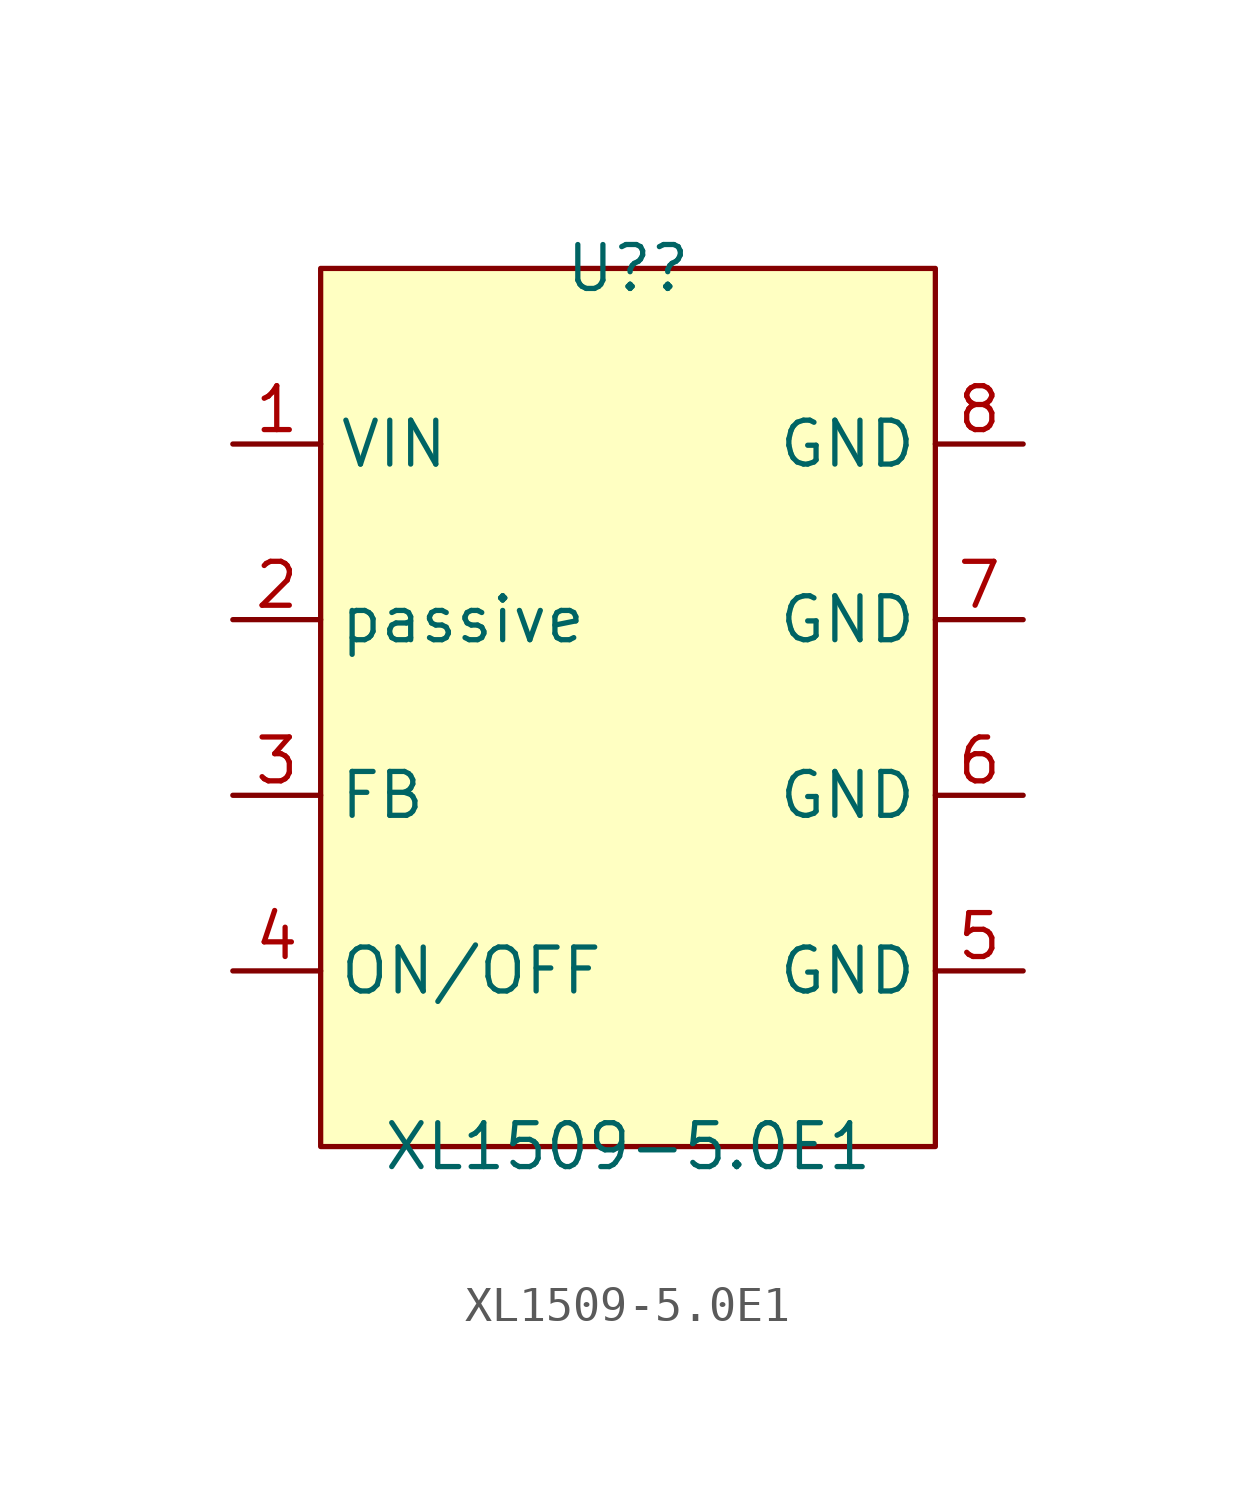
<source format=kicad_sym>
(kicad_symbol_lib
  (version 20211014)
  (generator kicad_symbol_editor)
  (symbol "XL1509-5.0E1"
    (property "Reference" "U?"
      (at 0 12.7 0)
      (effects (font (size 1.27 1.27))))
    (property "Value" "XL1509-5.0E1"
      (at 0 -12.7 0)
      (effects (font (size 1.27 1.27))))
    (symbol "XL1509-5.0E1_0_1"
      (rectangle (start -8.89 12.7) (end 8.89 -12.7) (stroke (width 0) (type default) (color 0 0 0 0)) (fill (type background)))
      (pin passive line (at -11.43 7.62 0) (length 2.54) (name "VIN" (effects (font (size 1.27 1.27)))) (number "1" (effects (font (size 1.27 1.27)))))
      (pin passive line (at -11.43 2.54 0) (length 2.54) (name "passive" (effects (font (size 1.27 1.27)))) (number "2" (effects (font (size 1.27 1.27)))))
      (pin passive line (at -11.43 -2.54 0) (length 2.54) (name "FB" (effects (font (size 1.27 1.27)))) (number "3" (effects (font (size 1.27 1.27)))))
      (pin passive line (at -11.43 -7.62 0) (length 2.54) (name "ON/OFF" (effects (font (size 1.27 1.27)))) (number "4" (effects (font (size 1.27 1.27)))))
      (pin passive line (at 11.43 -7.62 180) (length 2.54) (name "GND" (effects (font (size 1.27 1.27)))) (number "5" (effects (font (size 1.27 1.27)))))
      (pin passive line (at 11.43 -2.54 180) (length 2.54) (name "GND" (effects (font (size 1.27 1.27)))) (number "6" (effects (font (size 1.27 1.27)))))
      (pin passive line (at 11.43 2.54 180) (length 2.54) (name "GND" (effects (font (size 1.27 1.27)))) (number "7" (effects (font (size 1.27 1.27)))))
      (pin passive line (at 11.43 7.62 180) (length 2.54) (name "GND" (effects (font (size 1.27 1.27)))) (number "8" (effects (font (size 1.27 1.27))))))))
</source>
